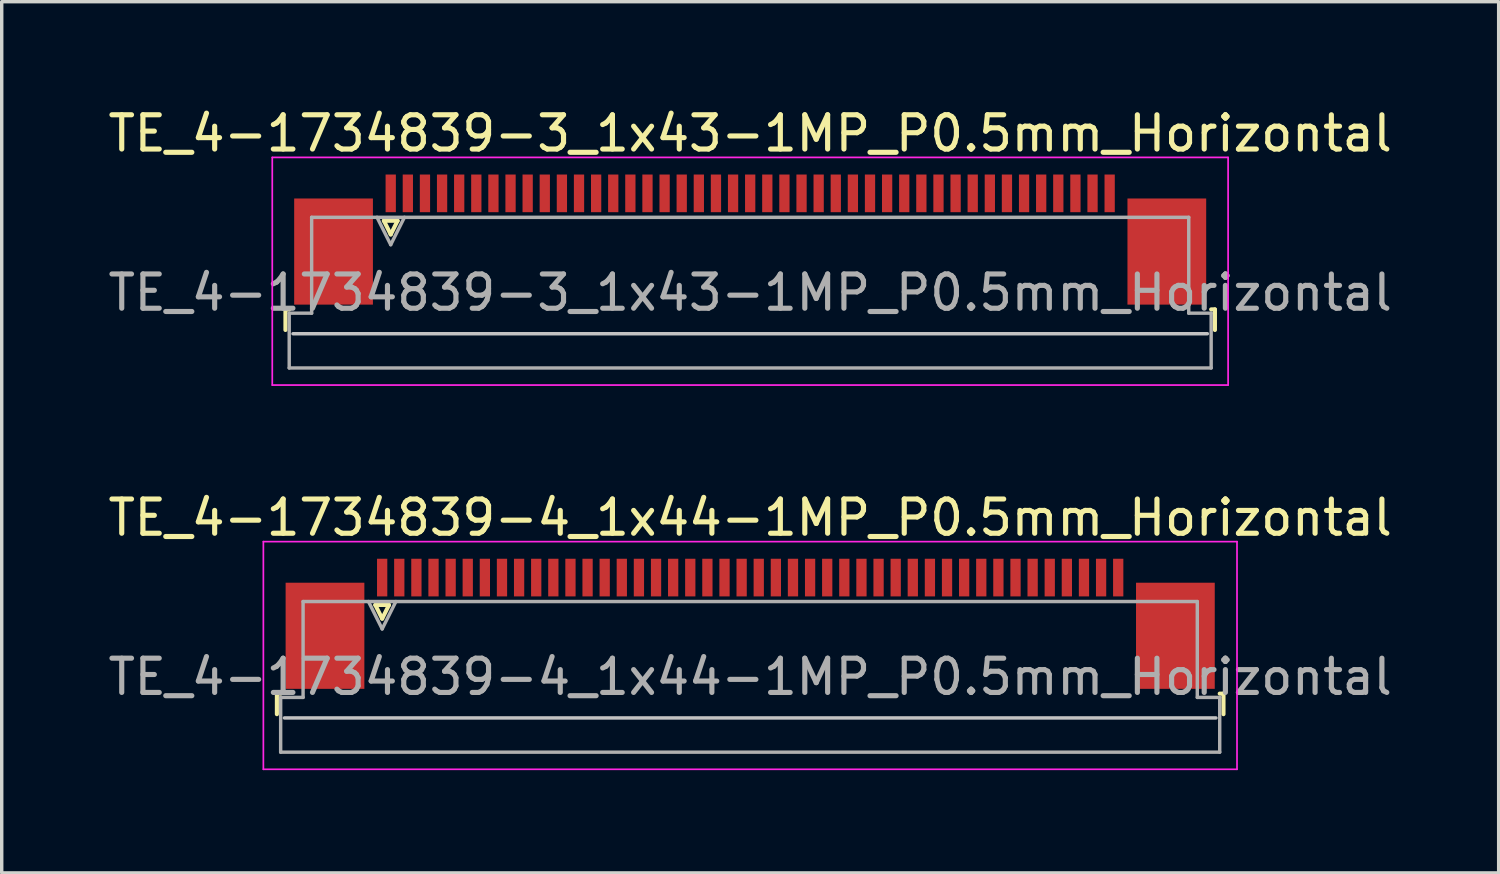
<source format=kicad_pcb>
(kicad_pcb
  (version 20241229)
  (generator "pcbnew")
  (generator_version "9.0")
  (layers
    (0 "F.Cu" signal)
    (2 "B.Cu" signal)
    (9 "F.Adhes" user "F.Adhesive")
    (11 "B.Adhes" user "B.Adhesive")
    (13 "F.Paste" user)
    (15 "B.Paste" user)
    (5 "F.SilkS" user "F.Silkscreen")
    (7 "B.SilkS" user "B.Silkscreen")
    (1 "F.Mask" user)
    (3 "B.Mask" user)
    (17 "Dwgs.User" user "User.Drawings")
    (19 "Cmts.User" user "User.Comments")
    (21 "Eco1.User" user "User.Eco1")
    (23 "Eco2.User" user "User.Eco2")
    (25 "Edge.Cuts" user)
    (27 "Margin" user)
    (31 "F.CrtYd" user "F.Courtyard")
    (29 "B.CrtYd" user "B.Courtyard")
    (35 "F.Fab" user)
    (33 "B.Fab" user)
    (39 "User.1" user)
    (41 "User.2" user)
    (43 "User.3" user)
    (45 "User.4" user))
  (footprint "TE_4-1734839-3_1x43-1MP_P0.5mm_Horizontal"
    (layer "F.Cu")
    (at 18.863 3.948)
    (property "Reference" "TE_4-1734839-3_1x43-1MP_P0.5mm_Horizontal" (at 0 -3.1 0) (layer "F.SilkS") (effects (font (size 1 1) (thickness 0.15))))
    (attr smd)
    (fp_line (start -13.575 2.04) (end -13.575 2.64) (stroke (width 0.12) (type solid)) (layer "F.SilkS"))
    (fp_line (start -13.465 2.04) (end -13.575 2.04) (stroke (width 0.12) (type solid)) (layer "F.SilkS"))
    (fp_line (start -10.7 -0.55) (end -10.5 -0.15) (stroke (width 0.12) (type solid)) (layer "F.SilkS"))
    (fp_line (start -10.5 -0.15) (end -10.3 -0.55) (stroke (width 0.12) (type solid)) (layer "F.SilkS"))
    (fp_line (start -10.3 -0.55) (end -10.7 -0.55) (stroke (width 0.12) (type solid)) (layer "F.SilkS"))
    (fp_line (start 13.465 2.04) (end 13.575 2.04) (stroke (width 0.12) (type solid)) (layer "F.SilkS"))
    (fp_line (start 13.575 2.04) (end 13.575 2.64) (stroke (width 0.12) (type solid)) (layer "F.SilkS"))
    (fp_line (start 13.355 2.75) (end -13.355 2.75) (stroke (width 0.1) (type solid)) (layer "Dwgs.User"))
    (fp_line (start -13.96 -2.4) (end -13.96 4.25) (stroke (width 0.05) (type solid)) (layer "F.CrtYd"))
    (fp_line (start -13.96 4.25) (end 13.96 4.25) (stroke (width 0.05) (type solid)) (layer "F.CrtYd"))
    (fp_line (start 13.96 -2.4) (end -13.96 -2.4) (stroke (width 0.05) (type solid)) (layer "F.CrtYd"))
    (fp_line (start 13.96 4.25) (end 13.96 -2.4) (stroke (width 0.05) (type solid)) (layer "F.CrtYd"))
    (fp_line (start -13.465 2.15) (end -12.81 2.15) (stroke (width 0.1) (type solid)) (layer "F.Fab"))
    (fp_line (start -13.465 3.75) (end -13.465 2.15) (stroke (width 0.1) (type solid)) (layer "F.Fab"))
    (fp_line (start -12.81 -0.65) (end 12.81 -0.65) (stroke (width 0.1) (type solid)) (layer "F.Fab"))
    (fp_line (start -12.81 2.15) (end -12.81 -0.65) (stroke (width 0.1) (type solid)) (layer "F.Fab"))
    (fp_line (start -10.9 -0.65) (end -10.5 0.15) (stroke (width 0.1) (type solid)) (layer "F.Fab"))
    (fp_line (start -10.5 0.15) (end -10.1 -0.65) (stroke (width 0.1) (type solid)) (layer "F.Fab"))
    (fp_line (start 12.81 -0.65) (end 12.81 2.15) (stroke (width 0.1) (type solid)) (layer "F.Fab"))
    (fp_line (start 12.81 2.15) (end 13.465 2.15) (stroke (width 0.1) (type solid)) (layer "F.Fab"))
    (fp_line (start 13.465 2.15) (end 13.465 3.75) (stroke (width 0.1) (type solid)) (layer "F.Fab"))
    (fp_line (start 13.465 3.75) (end -13.465 3.75) (stroke (width 0.1) (type solid)) (layer "F.Fab"))
    (fp_text user "${REFERENCE}" (at 0 1.55 0) (layer "F.Fab") (effects (font (size 1 1) (thickness 0.15))))
    (pad "1" smd rect (at -10.5 -1.35) (size 0.3 1.1) (layers "F.Cu" "F.Mask" "F.Paste"))
    (pad "2" smd rect (at -10 -1.35) (size 0.3 1.1) (layers "F.Cu" "F.Mask" "F.Paste"))
    (pad "3" smd rect (at -9.5 -1.35) (size 0.3 1.1) (layers "F.Cu" "F.Mask" "F.Paste"))
    (pad "4" smd rect (at -9 -1.35) (size 0.3 1.1) (layers "F.Cu" "F.Mask" "F.Paste"))
    (pad "5" smd rect (at -8.5 -1.35) (size 0.3 1.1) (layers "F.Cu" "F.Mask" "F.Paste"))
    (pad "6" smd rect (at -8 -1.35) (size 0.3 1.1) (layers "F.Cu" "F.Mask" "F.Paste"))
    (pad "7" smd rect (at -7.5 -1.35) (size 0.3 1.1) (layers "F.Cu" "F.Mask" "F.Paste"))
    (pad "8" smd rect (at -7 -1.35) (size 0.3 1.1) (layers "F.Cu" "F.Mask" "F.Paste"))
    (pad "9" smd rect (at -6.5 -1.35) (size 0.3 1.1) (layers "F.Cu" "F.Mask" "F.Paste"))
    (pad "10" smd rect (at -6 -1.35) (size 0.3 1.1) (layers "F.Cu" "F.Mask" "F.Paste"))
    (pad "11" smd rect (at -5.5 -1.35) (size 0.3 1.1) (layers "F.Cu" "F.Mask" "F.Paste"))
    (pad "12" smd rect (at -5 -1.35) (size 0.3 1.1) (layers "F.Cu" "F.Mask" "F.Paste"))
    (pad "13" smd rect (at -4.5 -1.35) (size 0.3 1.1) (layers "F.Cu" "F.Mask" "F.Paste"))
    (pad "14" smd rect (at -4 -1.35) (size 0.3 1.1) (layers "F.Cu" "F.Mask" "F.Paste"))
    (pad "15" smd rect (at -3.5 -1.35) (size 0.3 1.1) (layers "F.Cu" "F.Mask" "F.Paste"))
    (pad "16" smd rect (at -3 -1.35) (size 0.3 1.1) (layers "F.Cu" "F.Mask" "F.Paste"))
    (pad "17" smd rect (at -2.5 -1.35) (size 0.3 1.1) (layers "F.Cu" "F.Mask" "F.Paste"))
    (pad "18" smd rect (at -2 -1.35) (size 0.3 1.1) (layers "F.Cu" "F.Mask" "F.Paste"))
    (pad "19" smd rect (at -1.5 -1.35) (size 0.3 1.1) (layers "F.Cu" "F.Mask" "F.Paste"))
    (pad "20" smd rect (at -1 -1.35) (size 0.3 1.1) (layers "F.Cu" "F.Mask" "F.Paste"))
    (pad "21" smd rect (at -0.5 -1.35) (size 0.3 1.1) (layers "F.Cu" "F.Mask" "F.Paste"))
    (pad "22" smd rect (at 0 -1.35) (size 0.3 1.1) (layers "F.Cu" "F.Mask" "F.Paste"))
    (pad "23" smd rect (at 0.5 -1.35) (size 0.3 1.1) (layers "F.Cu" "F.Mask" "F.Paste"))
    (pad "24" smd rect (at 1 -1.35) (size 0.3 1.1) (layers "F.Cu" "F.Mask" "F.Paste"))
    (pad "25" smd rect (at 1.5 -1.35) (size 0.3 1.1) (layers "F.Cu" "F.Mask" "F.Paste"))
    (pad "26" smd rect (at 2 -1.35) (size 0.3 1.1) (layers "F.Cu" "F.Mask" "F.Paste"))
    (pad "27" smd rect (at 2.5 -1.35) (size 0.3 1.1) (layers "F.Cu" "F.Mask" "F.Paste"))
    (pad "28" smd rect (at 3 -1.35) (size 0.3 1.1) (layers "F.Cu" "F.Mask" "F.Paste"))
    (pad "29" smd rect (at 3.5 -1.35) (size 0.3 1.1) (layers "F.Cu" "F.Mask" "F.Paste"))
    (pad "30" smd rect (at 4 -1.35) (size 0.3 1.1) (layers "F.Cu" "F.Mask" "F.Paste"))
    (pad "31" smd rect (at 4.5 -1.35) (size 0.3 1.1) (layers "F.Cu" "F.Mask" "F.Paste"))
    (pad "32" smd rect (at 5 -1.35) (size 0.3 1.1) (layers "F.Cu" "F.Mask" "F.Paste"))
    (pad "33" smd rect (at 5.5 -1.35) (size 0.3 1.1) (layers "F.Cu" "F.Mask" "F.Paste"))
    (pad "34" smd rect (at 6 -1.35) (size 0.3 1.1) (layers "F.Cu" "F.Mask" "F.Paste"))
    (pad "35" smd rect (at 6.5 -1.35) (size 0.3 1.1) (layers "F.Cu" "F.Mask" "F.Paste"))
    (pad "36" smd rect (at 7 -1.35) (size 0.3 1.1) (layers "F.Cu" "F.Mask" "F.Paste"))
    (pad "37" smd rect (at 7.5 -1.35) (size 0.3 1.1) (layers "F.Cu" "F.Mask" "F.Paste"))
    (pad "38" smd rect (at 8 -1.35) (size 0.3 1.1) (layers "F.Cu" "F.Mask" "F.Paste"))
    (pad "39" smd rect (at 8.5 -1.35) (size 0.3 1.1) (layers "F.Cu" "F.Mask" "F.Paste"))
    (pad "40" smd rect (at 9 -1.35) (size 0.3 1.1) (layers "F.Cu" "F.Mask" "F.Paste"))
    (pad "41" smd rect (at 9.5 -1.35) (size 0.3 1.1) (layers "F.Cu" "F.Mask" "F.Paste"))
    (pad "42" smd rect (at 10 -1.35) (size 0.3 1.1) (layers "F.Cu" "F.Mask" "F.Paste"))
    (pad "43" smd rect (at 10.5 -1.35) (size 0.3 1.1) (layers "F.Cu" "F.Mask" "F.Paste"))
    (pad "MP" smd rect (at -12.17 0.35) (size 2.3 3.1) (layers "F.Cu" "F.Mask" "F.Paste"))
    (pad "MP" smd rect (at 12.17 0.35) (size 2.3 3.1) (layers "F.Cu" "F.Mask" "F.Paste")))
  (footprint "TE_4-1734839-4_1x44-1MP_P0.5mm_Horizontal"
    (layer "F.Cu")
    (at 18.863 15.171)
    (property "Reference" "TE_4-1734839-4_1x44-1MP_P0.5mm_Horizontal" (at 0 -3.1 0) (layer "F.SilkS") (effects (font (size 1 1) (thickness 0.15))))
    (attr smd)
    (fp_line (start -13.825 2.04) (end -13.825 2.64) (stroke (width 0.12) (type solid)) (layer "F.SilkS"))
    (fp_line (start -13.715 2.04) (end -13.825 2.04) (stroke (width 0.12) (type solid)) (layer "F.SilkS"))
    (fp_line (start -10.95 -0.55) (end -10.75 -0.15) (stroke (width 0.12) (type solid)) (layer "F.SilkS"))
    (fp_line (start -10.75 -0.15) (end -10.55 -0.55) (stroke (width 0.12) (type solid)) (layer "F.SilkS"))
    (fp_line (start -10.55 -0.55) (end -10.95 -0.55) (stroke (width 0.12) (type solid)) (layer "F.SilkS"))
    (fp_line (start 13.715 2.04) (end 13.825 2.04) (stroke (width 0.12) (type solid)) (layer "F.SilkS"))
    (fp_line (start 13.825 2.04) (end 13.825 2.64) (stroke (width 0.12) (type solid)) (layer "F.SilkS"))
    (fp_line (start 13.605 2.75) (end -13.605 2.75) (stroke (width 0.1) (type solid)) (layer "Dwgs.User"))
    (fp_line (start -14.22 -2.4) (end -14.22 4.25) (stroke (width 0.05) (type solid)) (layer "F.CrtYd"))
    (fp_line (start -14.22 4.25) (end 14.22 4.25) (stroke (width 0.05) (type solid)) (layer "F.CrtYd"))
    (fp_line (start 14.22 -2.4) (end -14.22 -2.4) (stroke (width 0.05) (type solid)) (layer "F.CrtYd"))
    (fp_line (start 14.22 4.25) (end 14.22 -2.4) (stroke (width 0.05) (type solid)) (layer "F.CrtYd"))
    (fp_line (start -13.715 2.15) (end -13.06 2.15) (stroke (width 0.1) (type solid)) (layer "F.Fab"))
    (fp_line (start -13.715 3.75) (end -13.715 2.15) (stroke (width 0.1) (type solid)) (layer "F.Fab"))
    (fp_line (start -13.06 -0.65) (end 13.06 -0.65) (stroke (width 0.1) (type solid)) (layer "F.Fab"))
    (fp_line (start -13.06 2.15) (end -13.06 -0.65) (stroke (width 0.1) (type solid)) (layer "F.Fab"))
    (fp_line (start -11.15 -0.65) (end -10.75 0.15) (stroke (width 0.1) (type solid)) (layer "F.Fab"))
    (fp_line (start -10.75 0.15) (end -10.35 -0.65) (stroke (width 0.1) (type solid)) (layer "F.Fab"))
    (fp_line (start 13.06 -0.65) (end 13.06 2.15) (stroke (width 0.1) (type solid)) (layer "F.Fab"))
    (fp_line (start 13.06 2.15) (end 13.715 2.15) (stroke (width 0.1) (type solid)) (layer "F.Fab"))
    (fp_line (start 13.715 2.15) (end 13.715 3.75) (stroke (width 0.1) (type solid)) (layer "F.Fab"))
    (fp_line (start 13.715 3.75) (end -13.715 3.75) (stroke (width 0.1) (type solid)) (layer "F.Fab"))
    (fp_text user "${REFERENCE}" (at 0 1.55 0) (layer "F.Fab") (effects (font (size 1 1) (thickness 0.15))))
    (pad "1" smd rect (at -10.75 -1.35) (size 0.3 1.1) (layers "F.Cu" "F.Mask" "F.Paste"))
    (pad "2" smd rect (at -10.25 -1.35) (size 0.3 1.1) (layers "F.Cu" "F.Mask" "F.Paste"))
    (pad "3" smd rect (at -9.75 -1.35) (size 0.3 1.1) (layers "F.Cu" "F.Mask" "F.Paste"))
    (pad "4" smd rect (at -9.25 -1.35) (size 0.3 1.1) (layers "F.Cu" "F.Mask" "F.Paste"))
    (pad "5" smd rect (at -8.75 -1.35) (size 0.3 1.1) (layers "F.Cu" "F.Mask" "F.Paste"))
    (pad "6" smd rect (at -8.25 -1.35) (size 0.3 1.1) (layers "F.Cu" "F.Mask" "F.Paste"))
    (pad "7" smd rect (at -7.75 -1.35) (size 0.3 1.1) (layers "F.Cu" "F.Mask" "F.Paste"))
    (pad "8" smd rect (at -7.25 -1.35) (size 0.3 1.1) (layers "F.Cu" "F.Mask" "F.Paste"))
    (pad "9" smd rect (at -6.75 -1.35) (size 0.3 1.1) (layers "F.Cu" "F.Mask" "F.Paste"))
    (pad "10" smd rect (at -6.25 -1.35) (size 0.3 1.1) (layers "F.Cu" "F.Mask" "F.Paste"))
    (pad "11" smd rect (at -5.75 -1.35) (size 0.3 1.1) (layers "F.Cu" "F.Mask" "F.Paste"))
    (pad "12" smd rect (at -5.25 -1.35) (size 0.3 1.1) (layers "F.Cu" "F.Mask" "F.Paste"))
    (pad "13" smd rect (at -4.75 -1.35) (size 0.3 1.1) (layers "F.Cu" "F.Mask" "F.Paste"))
    (pad "14" smd rect (at -4.25 -1.35) (size 0.3 1.1) (layers "F.Cu" "F.Mask" "F.Paste"))
    (pad "15" smd rect (at -3.75 -1.35) (size 0.3 1.1) (layers "F.Cu" "F.Mask" "F.Paste"))
    (pad "16" smd rect (at -3.25 -1.35) (size 0.3 1.1) (layers "F.Cu" "F.Mask" "F.Paste"))
    (pad "17" smd rect (at -2.75 -1.35) (size 0.3 1.1) (layers "F.Cu" "F.Mask" "F.Paste"))
    (pad "18" smd rect (at -2.25 -1.35) (size 0.3 1.1) (layers "F.Cu" "F.Mask" "F.Paste"))
    (pad "19" smd rect (at -1.75 -1.35) (size 0.3 1.1) (layers "F.Cu" "F.Mask" "F.Paste"))
    (pad "20" smd rect (at -1.25 -1.35) (size 0.3 1.1) (layers "F.Cu" "F.Mask" "F.Paste"))
    (pad "21" smd rect (at -0.75 -1.35) (size 0.3 1.1) (layers "F.Cu" "F.Mask" "F.Paste"))
    (pad "22" smd rect (at -0.25 -1.35) (size 0.3 1.1) (layers "F.Cu" "F.Mask" "F.Paste"))
    (pad "23" smd rect (at 0.25 -1.35) (size 0.3 1.1) (layers "F.Cu" "F.Mask" "F.Paste"))
    (pad "24" smd rect (at 0.75 -1.35) (size 0.3 1.1) (layers "F.Cu" "F.Mask" "F.Paste"))
    (pad "25" smd rect (at 1.25 -1.35) (size 0.3 1.1) (layers "F.Cu" "F.Mask" "F.Paste"))
    (pad "26" smd rect (at 1.75 -1.35) (size 0.3 1.1) (layers "F.Cu" "F.Mask" "F.Paste"))
    (pad "27" smd rect (at 2.25 -1.35) (size 0.3 1.1) (layers "F.Cu" "F.Mask" "F.Paste"))
    (pad "28" smd rect (at 2.75 -1.35) (size 0.3 1.1) (layers "F.Cu" "F.Mask" "F.Paste"))
    (pad "29" smd rect (at 3.25 -1.35) (size 0.3 1.1) (layers "F.Cu" "F.Mask" "F.Paste"))
    (pad "30" smd rect (at 3.75 -1.35) (size 0.3 1.1) (layers "F.Cu" "F.Mask" "F.Paste"))
    (pad "31" smd rect (at 4.25 -1.35) (size 0.3 1.1) (layers "F.Cu" "F.Mask" "F.Paste"))
    (pad "32" smd rect (at 4.75 -1.35) (size 0.3 1.1) (layers "F.Cu" "F.Mask" "F.Paste"))
    (pad "33" smd rect (at 5.25 -1.35) (size 0.3 1.1) (layers "F.Cu" "F.Mask" "F.Paste"))
    (pad "34" smd rect (at 5.75 -1.35) (size 0.3 1.1) (layers "F.Cu" "F.Mask" "F.Paste"))
    (pad "35" smd rect (at 6.25 -1.35) (size 0.3 1.1) (layers "F.Cu" "F.Mask" "F.Paste"))
    (pad "36" smd rect (at 6.75 -1.35) (size 0.3 1.1) (layers "F.Cu" "F.Mask" "F.Paste"))
    (pad "37" smd rect (at 7.25 -1.35) (size 0.3 1.1) (layers "F.Cu" "F.Mask" "F.Paste"))
    (pad "38" smd rect (at 7.75 -1.35) (size 0.3 1.1) (layers "F.Cu" "F.Mask" "F.Paste"))
    (pad "39" smd rect (at 8.25 -1.35) (size 0.3 1.1) (layers "F.Cu" "F.Mask" "F.Paste"))
    (pad "40" smd rect (at 8.75 -1.35) (size 0.3 1.1) (layers "F.Cu" "F.Mask" "F.Paste"))
    (pad "41" smd rect (at 9.25 -1.35) (size 0.3 1.1) (layers "F.Cu" "F.Mask" "F.Paste"))
    (pad "42" smd rect (at 9.75 -1.35) (size 0.3 1.1) (layers "F.Cu" "F.Mask" "F.Paste"))
    (pad "43" smd rect (at 10.25 -1.35) (size 0.3 1.1) (layers "F.Cu" "F.Mask" "F.Paste"))
    (pad "44" smd rect (at 10.75 -1.35) (size 0.3 1.1) (layers "F.Cu" "F.Mask" "F.Paste"))
    (pad "MP" smd rect (at -12.42 0.35) (size 2.3 3.1) (layers "F.Cu" "F.Mask" "F.Paste"))
    (pad "MP" smd rect (at 12.42 0.35) (size 2.3 3.1) (layers "F.Cu" "F.Mask" "F.Paste")))
  (gr_rect
    (start -3 -3)
    (end 40.726 22.447)
    (stroke (width 0.1) (type default))
    (fill no)
    (layer "Edge.Cuts")))
</source>
